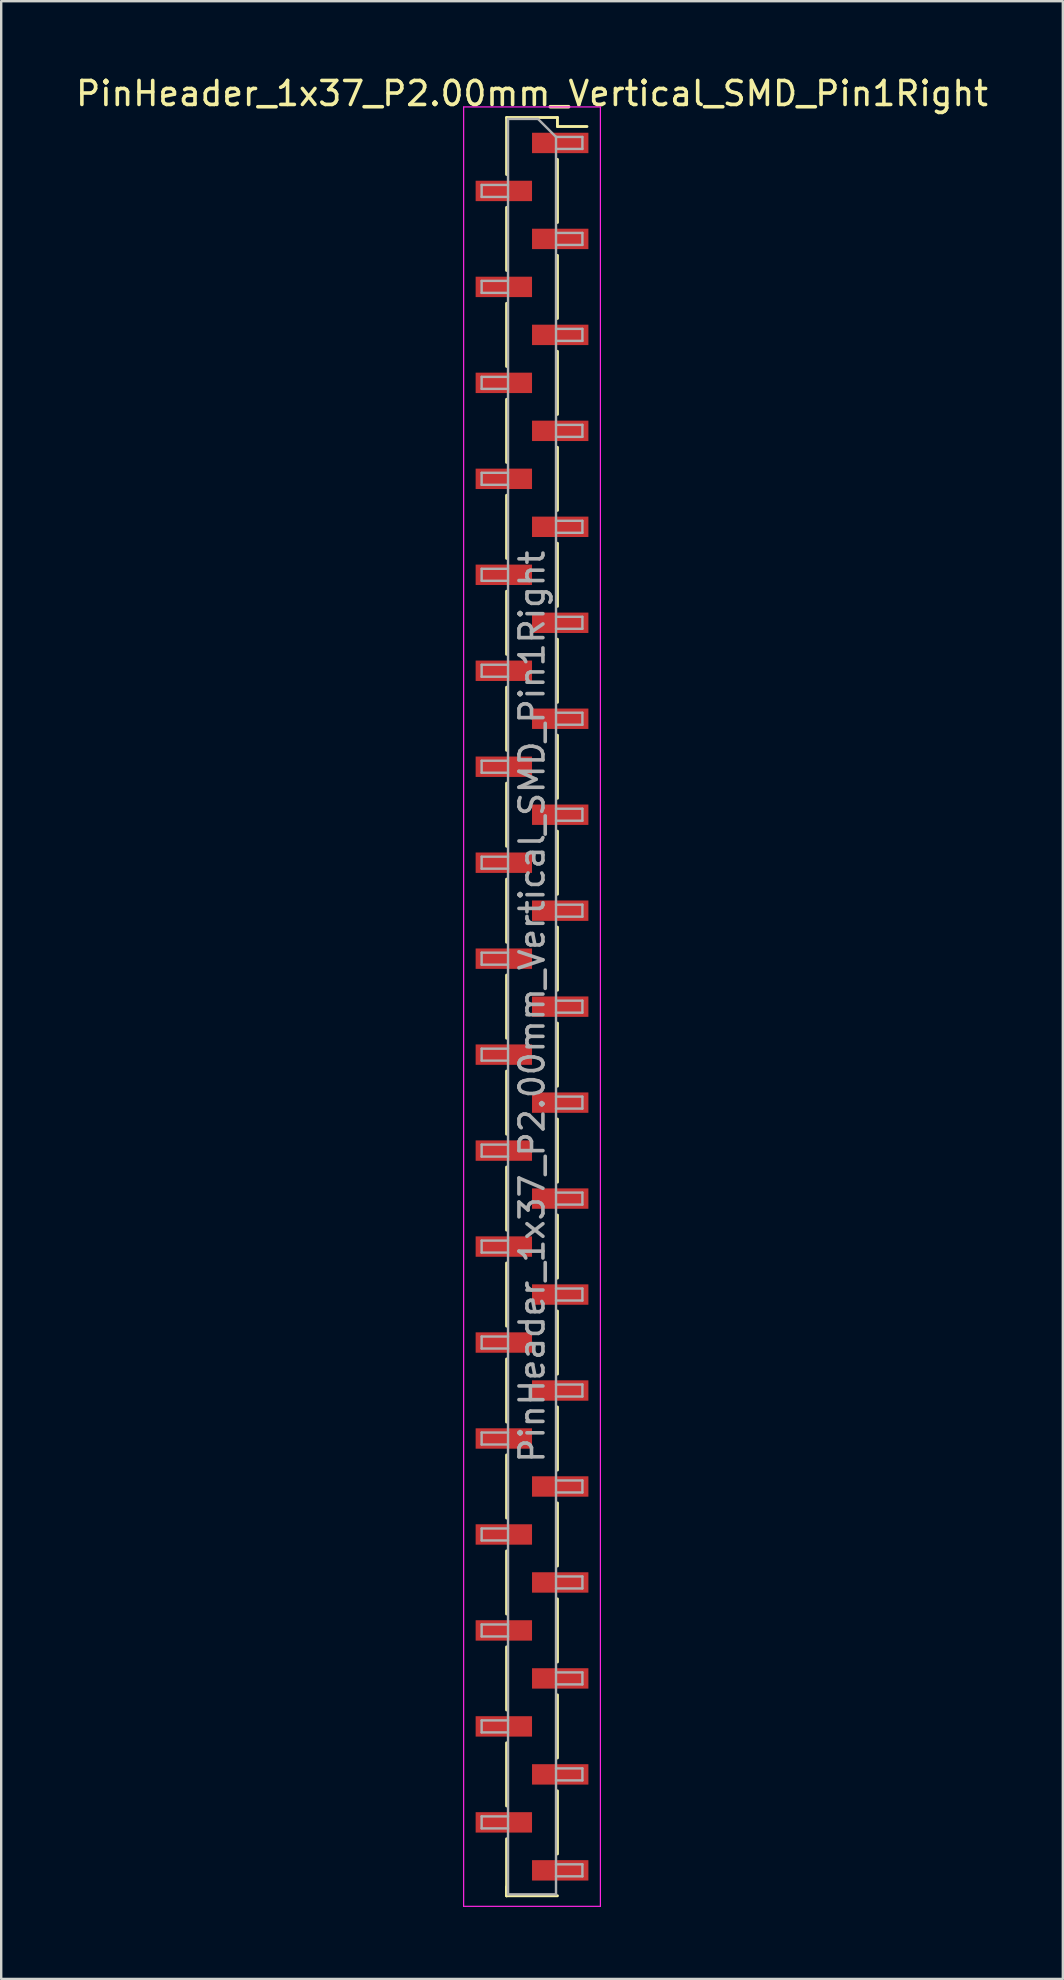
<source format=kicad_pcb>
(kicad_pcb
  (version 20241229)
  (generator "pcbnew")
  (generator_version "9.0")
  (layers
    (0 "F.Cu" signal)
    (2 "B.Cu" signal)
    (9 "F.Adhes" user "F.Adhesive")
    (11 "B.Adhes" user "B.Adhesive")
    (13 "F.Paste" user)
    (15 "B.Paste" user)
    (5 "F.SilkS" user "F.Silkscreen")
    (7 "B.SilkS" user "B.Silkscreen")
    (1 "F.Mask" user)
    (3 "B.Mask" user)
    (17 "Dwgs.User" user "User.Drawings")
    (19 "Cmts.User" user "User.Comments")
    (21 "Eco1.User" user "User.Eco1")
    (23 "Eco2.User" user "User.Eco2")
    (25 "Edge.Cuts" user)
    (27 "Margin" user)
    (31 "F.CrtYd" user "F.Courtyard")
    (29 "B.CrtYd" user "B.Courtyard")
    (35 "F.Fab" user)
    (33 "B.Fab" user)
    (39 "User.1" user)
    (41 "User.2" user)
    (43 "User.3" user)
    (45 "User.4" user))
  (footprint "PinHeader_1x37_P2.00mm_Vertical_SMD_Pin1Right"
    (layer "F.Cu")
    (at 19.125 38.908)
    (property "Reference" "PinHeader_1x37_P2.00mm_Vertical_SMD_Pin1Right" (at 0 -38.06 0) (layer "F.SilkS") (effects (font (size 1 1) (thickness 0.15))))
    (attr smd)
    (fp_line (start -1.06 -37.06) (end -1.06 -34.685) (stroke (width 0.12) (type solid)) (layer "F.SilkS"))
    (fp_line (start -1.06 -37.06) (end 1.06 -37.06) (stroke (width 0.12) (type solid)) (layer "F.SilkS"))
    (fp_line (start -1.06 -33.315) (end -1.06 -30.685) (stroke (width 0.12) (type solid)) (layer "F.SilkS"))
    (fp_line (start -1.06 -29.315) (end -1.06 -26.685) (stroke (width 0.12) (type solid)) (layer "F.SilkS"))
    (fp_line (start -1.06 -25.315) (end -1.06 -22.685) (stroke (width 0.12) (type solid)) (layer "F.SilkS"))
    (fp_line (start -1.06 -21.315) (end -1.06 -18.685) (stroke (width 0.12) (type solid)) (layer "F.SilkS"))
    (fp_line (start -1.06 -17.315) (end -1.06 -14.685) (stroke (width 0.12) (type solid)) (layer "F.SilkS"))
    (fp_line (start -1.06 -13.315) (end -1.06 -10.685) (stroke (width 0.12) (type solid)) (layer "F.SilkS"))
    (fp_line (start -1.06 -9.315) (end -1.06 -6.685) (stroke (width 0.12) (type solid)) (layer "F.SilkS"))
    (fp_line (start -1.06 -5.315) (end -1.06 -2.685) (stroke (width 0.12) (type solid)) (layer "F.SilkS"))
    (fp_line (start -1.06 -1.315) (end -1.06 1.315) (stroke (width 0.12) (type solid)) (layer "F.SilkS"))
    (fp_line (start -1.06 2.685) (end -1.06 5.315) (stroke (width 0.12) (type solid)) (layer "F.SilkS"))
    (fp_line (start -1.06 6.685) (end -1.06 9.315) (stroke (width 0.12) (type solid)) (layer "F.SilkS"))
    (fp_line (start -1.06 10.685) (end -1.06 13.315) (stroke (width 0.12) (type solid)) (layer "F.SilkS"))
    (fp_line (start -1.06 14.685) (end -1.06 17.315) (stroke (width 0.12) (type solid)) (layer "F.SilkS"))
    (fp_line (start -1.06 18.685) (end -1.06 21.315) (stroke (width 0.12) (type solid)) (layer "F.SilkS"))
    (fp_line (start -1.06 22.685) (end -1.06 25.315) (stroke (width 0.12) (type solid)) (layer "F.SilkS"))
    (fp_line (start -1.06 26.685) (end -1.06 29.315) (stroke (width 0.12) (type solid)) (layer "F.SilkS"))
    (fp_line (start -1.06 30.685) (end -1.06 33.315) (stroke (width 0.12) (type solid)) (layer "F.SilkS"))
    (fp_line (start -1.06 34.685) (end -1.06 37.06) (stroke (width 0.12) (type solid)) (layer "F.SilkS"))
    (fp_line (start -1.06 36.685) (end -1.06 37.06) (stroke (width 0.12) (type solid)) (layer "F.SilkS"))
    (fp_line (start -1.06 37.06) (end 1.06 37.06) (stroke (width 0.12) (type solid)) (layer "F.SilkS"))
    (fp_line (start 1.06 -37.06) (end 1.06 -36.685) (stroke (width 0.12) (type solid)) (layer "F.SilkS"))
    (fp_line (start 1.06 -36.685) (end 2.29 -36.685) (stroke (width 0.12) (type solid)) (layer "F.SilkS"))
    (fp_line (start 1.06 -35.315) (end 1.06 -32.685) (stroke (width 0.12) (type solid)) (layer "F.SilkS"))
    (fp_line (start 1.06 -31.315) (end 1.06 -28.685) (stroke (width 0.12) (type solid)) (layer "F.SilkS"))
    (fp_line (start 1.06 -27.315) (end 1.06 -24.685) (stroke (width 0.12) (type solid)) (layer "F.SilkS"))
    (fp_line (start 1.06 -23.315) (end 1.06 -20.685) (stroke (width 0.12) (type solid)) (layer "F.SilkS"))
    (fp_line (start 1.06 -19.315) (end 1.06 -16.685) (stroke (width 0.12) (type solid)) (layer "F.SilkS"))
    (fp_line (start 1.06 -15.315) (end 1.06 -12.685) (stroke (width 0.12) (type solid)) (layer "F.SilkS"))
    (fp_line (start 1.06 -11.315) (end 1.06 -8.685) (stroke (width 0.12) (type solid)) (layer "F.SilkS"))
    (fp_line (start 1.06 -7.315) (end 1.06 -4.685) (stroke (width 0.12) (type solid)) (layer "F.SilkS"))
    (fp_line (start 1.06 -3.315) (end 1.06 -0.685) (stroke (width 0.12) (type solid)) (layer "F.SilkS"))
    (fp_line (start 1.06 0.685) (end 1.06 3.315) (stroke (width 0.12) (type solid)) (layer "F.SilkS"))
    (fp_line (start 1.06 4.685) (end 1.06 7.315) (stroke (width 0.12) (type solid)) (layer "F.SilkS"))
    (fp_line (start 1.06 8.685) (end 1.06 11.315) (stroke (width 0.12) (type solid)) (layer "F.SilkS"))
    (fp_line (start 1.06 12.685) (end 1.06 15.315) (stroke (width 0.12) (type solid)) (layer "F.SilkS"))
    (fp_line (start 1.06 16.685) (end 1.06 19.315) (stroke (width 0.12) (type solid)) (layer "F.SilkS"))
    (fp_line (start 1.06 20.685) (end 1.06 23.315) (stroke (width 0.12) (type solid)) (layer "F.SilkS"))
    (fp_line (start 1.06 24.685) (end 1.06 27.315) (stroke (width 0.12) (type solid)) (layer "F.SilkS"))
    (fp_line (start 1.06 28.685) (end 1.06 31.315) (stroke (width 0.12) (type solid)) (layer "F.SilkS"))
    (fp_line (start 1.06 32.685) (end 1.06 35.315) (stroke (width 0.12) (type solid)) (layer "F.SilkS"))
    (fp_line (start -2.85 -37.5) (end -2.85 37.5) (stroke (width 0.05) (type solid)) (layer "F.CrtYd"))
    (fp_line (start -2.85 37.5) (end 2.85 37.5) (stroke (width 0.05) (type solid)) (layer "F.CrtYd"))
    (fp_line (start 2.85 -37.5) (end -2.85 -37.5) (stroke (width 0.05) (type solid)) (layer "F.CrtYd"))
    (fp_line (start 2.85 37.5) (end 2.85 -37.5) (stroke (width 0.05) (type solid)) (layer "F.CrtYd"))
    (fp_line (start -2.1 -34.25) (end -2.1 -33.75) (stroke (width 0.1) (type solid)) (layer "F.Fab"))
    (fp_line (start -2.1 -33.75) (end -1 -33.75) (stroke (width 0.1) (type solid)) (layer "F.Fab"))
    (fp_line (start -2.1 -30.25) (end -2.1 -29.75) (stroke (width 0.1) (type solid)) (layer "F.Fab"))
    (fp_line (start -2.1 -29.75) (end -1 -29.75) (stroke (width 0.1) (type solid)) (layer "F.Fab"))
    (fp_line (start -2.1 -26.25) (end -2.1 -25.75) (stroke (width 0.1) (type solid)) (layer "F.Fab"))
    (fp_line (start -2.1 -25.75) (end -1 -25.75) (stroke (width 0.1) (type solid)) (layer "F.Fab"))
    (fp_line (start -2.1 -22.25) (end -2.1 -21.75) (stroke (width 0.1) (type solid)) (layer "F.Fab"))
    (fp_line (start -2.1 -21.75) (end -1 -21.75) (stroke (width 0.1) (type solid)) (layer "F.Fab"))
    (fp_line (start -2.1 -18.25) (end -2.1 -17.75) (stroke (width 0.1) (type solid)) (layer "F.Fab"))
    (fp_line (start -2.1 -17.75) (end -1 -17.75) (stroke (width 0.1) (type solid)) (layer "F.Fab"))
    (fp_line (start -2.1 -14.25) (end -2.1 -13.75) (stroke (width 0.1) (type solid)) (layer "F.Fab"))
    (fp_line (start -2.1 -13.75) (end -1 -13.75) (stroke (width 0.1) (type solid)) (layer "F.Fab"))
    (fp_line (start -2.1 -10.25) (end -2.1 -9.75) (stroke (width 0.1) (type solid)) (layer "F.Fab"))
    (fp_line (start -2.1 -9.75) (end -1 -9.75) (stroke (width 0.1) (type solid)) (layer "F.Fab"))
    (fp_line (start -2.1 -6.25) (end -2.1 -5.75) (stroke (width 0.1) (type solid)) (layer "F.Fab"))
    (fp_line (start -2.1 -5.75) (end -1 -5.75) (stroke (width 0.1) (type solid)) (layer "F.Fab"))
    (fp_line (start -2.1 -2.25) (end -2.1 -1.75) (stroke (width 0.1) (type solid)) (layer "F.Fab"))
    (fp_line (start -2.1 -1.75) (end -1 -1.75) (stroke (width 0.1) (type solid)) (layer "F.Fab"))
    (fp_line (start -2.1 1.75) (end -2.1 2.25) (stroke (width 0.1) (type solid)) (layer "F.Fab"))
    (fp_line (start -2.1 2.25) (end -1 2.25) (stroke (width 0.1) (type solid)) (layer "F.Fab"))
    (fp_line (start -2.1 5.75) (end -2.1 6.25) (stroke (width 0.1) (type solid)) (layer "F.Fab"))
    (fp_line (start -2.1 6.25) (end -1 6.25) (stroke (width 0.1) (type solid)) (layer "F.Fab"))
    (fp_line (start -2.1 9.75) (end -2.1 10.25) (stroke (width 0.1) (type solid)) (layer "F.Fab"))
    (fp_line (start -2.1 10.25) (end -1 10.25) (stroke (width 0.1) (type solid)) (layer "F.Fab"))
    (fp_line (start -2.1 13.75) (end -2.1 14.25) (stroke (width 0.1) (type solid)) (layer "F.Fab"))
    (fp_line (start -2.1 14.25) (end -1 14.25) (stroke (width 0.1) (type solid)) (layer "F.Fab"))
    (fp_line (start -2.1 17.75) (end -2.1 18.25) (stroke (width 0.1) (type solid)) (layer "F.Fab"))
    (fp_line (start -2.1 18.25) (end -1 18.25) (stroke (width 0.1) (type solid)) (layer "F.Fab"))
    (fp_line (start -2.1 21.75) (end -2.1 22.25) (stroke (width 0.1) (type solid)) (layer "F.Fab"))
    (fp_line (start -2.1 22.25) (end -1 22.25) (stroke (width 0.1) (type solid)) (layer "F.Fab"))
    (fp_line (start -2.1 25.75) (end -2.1 26.25) (stroke (width 0.1) (type solid)) (layer "F.Fab"))
    (fp_line (start -2.1 26.25) (end -1 26.25) (stroke (width 0.1) (type solid)) (layer "F.Fab"))
    (fp_line (start -2.1 29.75) (end -2.1 30.25) (stroke (width 0.1) (type solid)) (layer "F.Fab"))
    (fp_line (start -2.1 30.25) (end -1 30.25) (stroke (width 0.1) (type solid)) (layer "F.Fab"))
    (fp_line (start -2.1 33.75) (end -2.1 34.25) (stroke (width 0.1) (type solid)) (layer "F.Fab"))
    (fp_line (start -2.1 34.25) (end -1 34.25) (stroke (width 0.1) (type solid)) (layer "F.Fab"))
    (fp_line (start -1 -37) (end -1 37) (stroke (width 0.1) (type solid)) (layer "F.Fab"))
    (fp_line (start -1 -37) (end 0.25 -37) (stroke (width 0.1) (type solid)) (layer "F.Fab"))
    (fp_line (start -1 -34.25) (end -2.1 -34.25) (stroke (width 0.1) (type solid)) (layer "F.Fab"))
    (fp_line (start -1 -30.25) (end -2.1 -30.25) (stroke (width 0.1) (type solid)) (layer "F.Fab"))
    (fp_line (start -1 -26.25) (end -2.1 -26.25) (stroke (width 0.1) (type solid)) (layer "F.Fab"))
    (fp_line (start -1 -22.25) (end -2.1 -22.25) (stroke (width 0.1) (type solid)) (layer "F.Fab"))
    (fp_line (start -1 -18.25) (end -2.1 -18.25) (stroke (width 0.1) (type solid)) (layer "F.Fab"))
    (fp_line (start -1 -14.25) (end -2.1 -14.25) (stroke (width 0.1) (type solid)) (layer "F.Fab"))
    (fp_line (start -1 -10.25) (end -2.1 -10.25) (stroke (width 0.1) (type solid)) (layer "F.Fab"))
    (fp_line (start -1 -6.25) (end -2.1 -6.25) (stroke (width 0.1) (type solid)) (layer "F.Fab"))
    (fp_line (start -1 -2.25) (end -2.1 -2.25) (stroke (width 0.1) (type solid)) (layer "F.Fab"))
    (fp_line (start -1 1.75) (end -2.1 1.75) (stroke (width 0.1) (type solid)) (layer "F.Fab"))
    (fp_line (start -1 5.75) (end -2.1 5.75) (stroke (width 0.1) (type solid)) (layer "F.Fab"))
    (fp_line (start -1 9.75) (end -2.1 9.75) (stroke (width 0.1) (type solid)) (layer "F.Fab"))
    (fp_line (start -1 13.75) (end -2.1 13.75) (stroke (width 0.1) (type solid)) (layer "F.Fab"))
    (fp_line (start -1 17.75) (end -2.1 17.75) (stroke (width 0.1) (type solid)) (layer "F.Fab"))
    (fp_line (start -1 21.75) (end -2.1 21.75) (stroke (width 0.1) (type solid)) (layer "F.Fab"))
    (fp_line (start -1 25.75) (end -2.1 25.75) (stroke (width 0.1) (type solid)) (layer "F.Fab"))
    (fp_line (start -1 29.75) (end -2.1 29.75) (stroke (width 0.1) (type solid)) (layer "F.Fab"))
    (fp_line (start -1 33.75) (end -2.1 33.75) (stroke (width 0.1) (type solid)) (layer "F.Fab"))
    (fp_line (start 1 -36.25) (end 0.25 -37) (stroke (width 0.1) (type solid)) (layer "F.Fab"))
    (fp_line (start 1 -36.25) (end 2.1 -36.25) (stroke (width 0.1) (type solid)) (layer "F.Fab"))
    (fp_line (start 1 -32.25) (end 2.1 -32.25) (stroke (width 0.1) (type solid)) (layer "F.Fab"))
    (fp_line (start 1 -28.25) (end 2.1 -28.25) (stroke (width 0.1) (type solid)) (layer "F.Fab"))
    (fp_line (start 1 -24.25) (end 2.1 -24.25) (stroke (width 0.1) (type solid)) (layer "F.Fab"))
    (fp_line (start 1 -20.25) (end 2.1 -20.25) (stroke (width 0.1) (type solid)) (layer "F.Fab"))
    (fp_line (start 1 -16.25) (end 2.1 -16.25) (stroke (width 0.1) (type solid)) (layer "F.Fab"))
    (fp_line (start 1 -12.25) (end 2.1 -12.25) (stroke (width 0.1) (type solid)) (layer "F.Fab"))
    (fp_line (start 1 -8.25) (end 2.1 -8.25) (stroke (width 0.1) (type solid)) (layer "F.Fab"))
    (fp_line (start 1 -4.25) (end 2.1 -4.25) (stroke (width 0.1) (type solid)) (layer "F.Fab"))
    (fp_line (start 1 -0.25) (end 2.1 -0.25) (stroke (width 0.1) (type solid)) (layer "F.Fab"))
    (fp_line (start 1 3.75) (end 2.1 3.75) (stroke (width 0.1) (type solid)) (layer "F.Fab"))
    (fp_line (start 1 7.75) (end 2.1 7.75) (stroke (width 0.1) (type solid)) (layer "F.Fab"))
    (fp_line (start 1 11.75) (end 2.1 11.75) (stroke (width 0.1) (type solid)) (layer "F.Fab"))
    (fp_line (start 1 15.75) (end 2.1 15.75) (stroke (width 0.1) (type solid)) (layer "F.Fab"))
    (fp_line (start 1 19.75) (end 2.1 19.75) (stroke (width 0.1) (type solid)) (layer "F.Fab"))
    (fp_line (start 1 23.75) (end 2.1 23.75) (stroke (width 0.1) (type solid)) (layer "F.Fab"))
    (fp_line (start 1 27.75) (end 2.1 27.75) (stroke (width 0.1) (type solid)) (layer "F.Fab"))
    (fp_line (start 1 31.75) (end 2.1 31.75) (stroke (width 0.1) (type solid)) (layer "F.Fab"))
    (fp_line (start 1 35.75) (end 2.1 35.75) (stroke (width 0.1) (type solid)) (layer "F.Fab"))
    (fp_line (start 1 37) (end -1 37) (stroke (width 0.1) (type solid)) (layer "F.Fab"))
    (fp_line (start 1 37) (end 1 -36.25) (stroke (width 0.1) (type solid)) (layer "F.Fab"))
    (fp_line (start 2.1 -36.25) (end 2.1 -35.75) (stroke (width 0.1) (type solid)) (layer "F.Fab"))
    (fp_line (start 2.1 -35.75) (end 1 -35.75) (stroke (width 0.1) (type solid)) (layer "F.Fab"))
    (fp_line (start 2.1 -32.25) (end 2.1 -31.75) (stroke (width 0.1) (type solid)) (layer "F.Fab"))
    (fp_line (start 2.1 -31.75) (end 1 -31.75) (stroke (width 0.1) (type solid)) (layer "F.Fab"))
    (fp_line (start 2.1 -28.25) (end 2.1 -27.75) (stroke (width 0.1) (type solid)) (layer "F.Fab"))
    (fp_line (start 2.1 -27.75) (end 1 -27.75) (stroke (width 0.1) (type solid)) (layer "F.Fab"))
    (fp_line (start 2.1 -24.25) (end 2.1 -23.75) (stroke (width 0.1) (type solid)) (layer "F.Fab"))
    (fp_line (start 2.1 -23.75) (end 1 -23.75) (stroke (width 0.1) (type solid)) (layer "F.Fab"))
    (fp_line (start 2.1 -20.25) (end 2.1 -19.75) (stroke (width 0.1) (type solid)) (layer "F.Fab"))
    (fp_line (start 2.1 -19.75) (end 1 -19.75) (stroke (width 0.1) (type solid)) (layer "F.Fab"))
    (fp_line (start 2.1 -16.25) (end 2.1 -15.75) (stroke (width 0.1) (type solid)) (layer "F.Fab"))
    (fp_line (start 2.1 -15.75) (end 1 -15.75) (stroke (width 0.1) (type solid)) (layer "F.Fab"))
    (fp_line (start 2.1 -12.25) (end 2.1 -11.75) (stroke (width 0.1) (type solid)) (layer "F.Fab"))
    (fp_line (start 2.1 -11.75) (end 1 -11.75) (stroke (width 0.1) (type solid)) (layer "F.Fab"))
    (fp_line (start 2.1 -8.25) (end 2.1 -7.75) (stroke (width 0.1) (type solid)) (layer "F.Fab"))
    (fp_line (start 2.1 -7.75) (end 1 -7.75) (stroke (width 0.1) (type solid)) (layer "F.Fab"))
    (fp_line (start 2.1 -4.25) (end 2.1 -3.75) (stroke (width 0.1) (type solid)) (layer "F.Fab"))
    (fp_line (start 2.1 -3.75) (end 1 -3.75) (stroke (width 0.1) (type solid)) (layer "F.Fab"))
    (fp_line (start 2.1 -0.25) (end 2.1 0.25) (stroke (width 0.1) (type solid)) (layer "F.Fab"))
    (fp_line (start 2.1 0.25) (end 1 0.25) (stroke (width 0.1) (type solid)) (layer "F.Fab"))
    (fp_line (start 2.1 3.75) (end 2.1 4.25) (stroke (width 0.1) (type solid)) (layer "F.Fab"))
    (fp_line (start 2.1 4.25) (end 1 4.25) (stroke (width 0.1) (type solid)) (layer "F.Fab"))
    (fp_line (start 2.1 7.75) (end 2.1 8.25) (stroke (width 0.1) (type solid)) (layer "F.Fab"))
    (fp_line (start 2.1 8.25) (end 1 8.25) (stroke (width 0.1) (type solid)) (layer "F.Fab"))
    (fp_line (start 2.1 11.75) (end 2.1 12.25) (stroke (width 0.1) (type solid)) (layer "F.Fab"))
    (fp_line (start 2.1 12.25) (end 1 12.25) (stroke (width 0.1) (type solid)) (layer "F.Fab"))
    (fp_line (start 2.1 15.75) (end 2.1 16.25) (stroke (width 0.1) (type solid)) (layer "F.Fab"))
    (fp_line (start 2.1 16.25) (end 1 16.25) (stroke (width 0.1) (type solid)) (layer "F.Fab"))
    (fp_line (start 2.1 19.75) (end 2.1 20.25) (stroke (width 0.1) (type solid)) (layer "F.Fab"))
    (fp_line (start 2.1 20.25) (end 1 20.25) (stroke (width 0.1) (type solid)) (layer "F.Fab"))
    (fp_line (start 2.1 23.75) (end 2.1 24.25) (stroke (width 0.1) (type solid)) (layer "F.Fab"))
    (fp_line (start 2.1 24.25) (end 1 24.25) (stroke (width 0.1) (type solid)) (layer "F.Fab"))
    (fp_line (start 2.1 27.75) (end 2.1 28.25) (stroke (width 0.1) (type solid)) (layer "F.Fab"))
    (fp_line (start 2.1 28.25) (end 1 28.25) (stroke (width 0.1) (type solid)) (layer "F.Fab"))
    (fp_line (start 2.1 31.75) (end 2.1 32.25) (stroke (width 0.1) (type solid)) (layer "F.Fab"))
    (fp_line (start 2.1 32.25) (end 1 32.25) (stroke (width 0.1) (type solid)) (layer "F.Fab"))
    (fp_line (start 2.1 35.75) (end 2.1 36.25) (stroke (width 0.1) (type solid)) (layer "F.Fab"))
    (fp_line (start 2.1 36.25) (end 1 36.25) (stroke (width 0.1) (type solid)) (layer "F.Fab"))
    (fp_text user "${REFERENCE}" (at 0 0 90) (layer "F.Fab") (effects (font (size 1 1) (thickness 0.15))))
    (pad "1" smd rect (at 1.175 -36) (size 2.35 0.85) (layers "F.Cu" "F.Mask" "F.Paste"))
    (pad "2" smd rect (at -1.175 -34) (size 2.35 0.85) (layers "F.Cu" "F.Mask" "F.Paste"))
    (pad "3" smd rect (at 1.175 -32) (size 2.35 0.85) (layers "F.Cu" "F.Mask" "F.Paste"))
    (pad "4" smd rect (at -1.175 -30) (size 2.35 0.85) (layers "F.Cu" "F.Mask" "F.Paste"))
    (pad "5" smd rect (at 1.175 -28) (size 2.35 0.85) (layers "F.Cu" "F.Mask" "F.Paste"))
    (pad "6" smd rect (at -1.175 -26) (size 2.35 0.85) (layers "F.Cu" "F.Mask" "F.Paste"))
    (pad "7" smd rect (at 1.175 -24) (size 2.35 0.85) (layers "F.Cu" "F.Mask" "F.Paste"))
    (pad "8" smd rect (at -1.175 -22) (size 2.35 0.85) (layers "F.Cu" "F.Mask" "F.Paste"))
    (pad "9" smd rect (at 1.175 -20) (size 2.35 0.85) (layers "F.Cu" "F.Mask" "F.Paste"))
    (pad "10" smd rect (at -1.175 -18) (size 2.35 0.85) (layers "F.Cu" "F.Mask" "F.Paste"))
    (pad "11" smd rect (at 1.175 -16) (size 2.35 0.85) (layers "F.Cu" "F.Mask" "F.Paste"))
    (pad "12" smd rect (at -1.175 -14) (size 2.35 0.85) (layers "F.Cu" "F.Mask" "F.Paste"))
    (pad "13" smd rect (at 1.175 -12) (size 2.35 0.85) (layers "F.Cu" "F.Mask" "F.Paste"))
    (pad "14" smd rect (at -1.175 -10) (size 2.35 0.85) (layers "F.Cu" "F.Mask" "F.Paste"))
    (pad "15" smd rect (at 1.175 -8) (size 2.35 0.85) (layers "F.Cu" "F.Mask" "F.Paste"))
    (pad "16" smd rect (at -1.175 -6) (size 2.35 0.85) (layers "F.Cu" "F.Mask" "F.Paste"))
    (pad "17" smd rect (at 1.175 -4) (size 2.35 0.85) (layers "F.Cu" "F.Mask" "F.Paste"))
    (pad "18" smd rect (at -1.175 -2) (size 2.35 0.85) (layers "F.Cu" "F.Mask" "F.Paste"))
    (pad "19" smd rect (at 1.175 0) (size 2.35 0.85) (layers "F.Cu" "F.Mask" "F.Paste"))
    (pad "20" smd rect (at -1.175 2) (size 2.35 0.85) (layers "F.Cu" "F.Mask" "F.Paste"))
    (pad "21" smd rect (at 1.175 4) (size 2.35 0.85) (layers "F.Cu" "F.Mask" "F.Paste"))
    (pad "22" smd rect (at -1.175 6) (size 2.35 0.85) (layers "F.Cu" "F.Mask" "F.Paste"))
    (pad "23" smd rect (at 1.175 8) (size 2.35 0.85) (layers "F.Cu" "F.Mask" "F.Paste"))
    (pad "24" smd rect (at -1.175 10) (size 2.35 0.85) (layers "F.Cu" "F.Mask" "F.Paste"))
    (pad "25" smd rect (at 1.175 12) (size 2.35 0.85) (layers "F.Cu" "F.Mask" "F.Paste"))
    (pad "26" smd rect (at -1.175 14) (size 2.35 0.85) (layers "F.Cu" "F.Mask" "F.Paste"))
    (pad "27" smd rect (at 1.175 16) (size 2.35 0.85) (layers "F.Cu" "F.Mask" "F.Paste"))
    (pad "28" smd rect (at -1.175 18) (size 2.35 0.85) (layers "F.Cu" "F.Mask" "F.Paste"))
    (pad "29" smd rect (at 1.175 20) (size 2.35 0.85) (layers "F.Cu" "F.Mask" "F.Paste"))
    (pad "30" smd rect (at -1.175 22) (size 2.35 0.85) (layers "F.Cu" "F.Mask" "F.Paste"))
    (pad "31" smd rect (at 1.175 24) (size 2.35 0.85) (layers "F.Cu" "F.Mask" "F.Paste"))
    (pad "32" smd rect (at -1.175 26) (size 2.35 0.85) (layers "F.Cu" "F.Mask" "F.Paste"))
    (pad "33" smd rect (at 1.175 28) (size 2.35 0.85) (layers "F.Cu" "F.Mask" "F.Paste"))
    (pad "34" smd rect (at -1.175 30) (size 2.35 0.85) (layers "F.Cu" "F.Mask" "F.Paste"))
    (pad "35" smd rect (at 1.175 32) (size 2.35 0.85) (layers "F.Cu" "F.Mask" "F.Paste"))
    (pad "36" smd rect (at -1.175 34) (size 2.35 0.85) (layers "F.Cu" "F.Mask" "F.Paste"))
    (pad "37" smd rect (at 1.175 36) (size 2.35 0.85) (layers "F.Cu" "F.Mask" "F.Paste")))
  (gr_rect
    (start -3 -3)
    (end 41.25 79.433)
    (stroke (width 0.1) (type default))
    (fill no)
    (layer "Edge.Cuts")))
</source>
